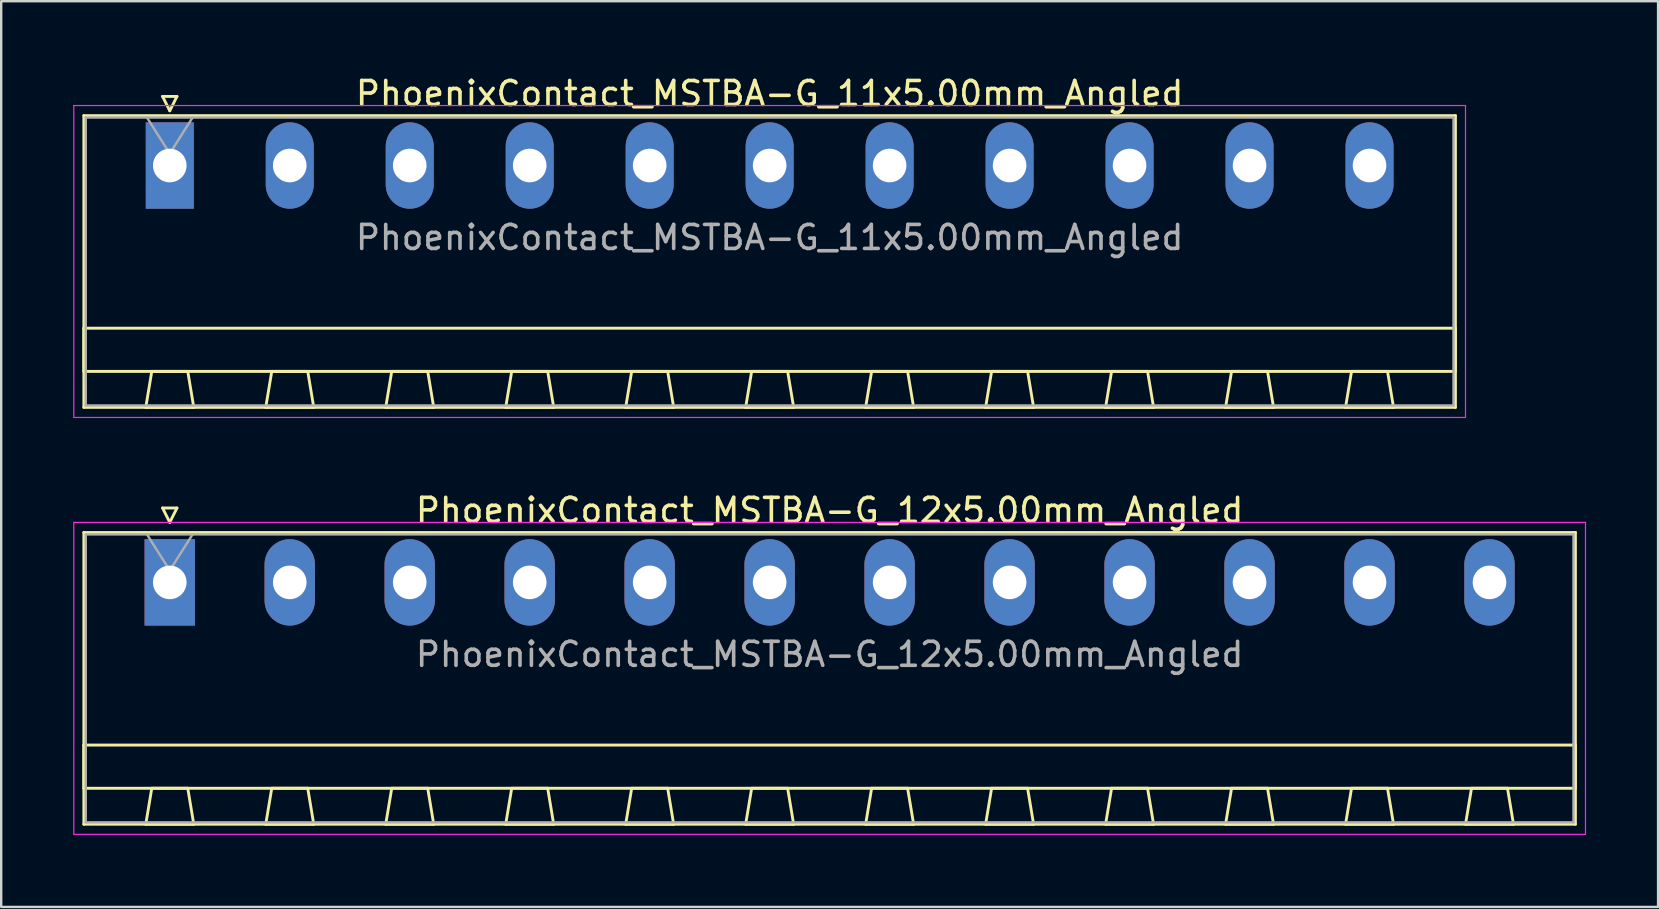
<source format=kicad_pcb>
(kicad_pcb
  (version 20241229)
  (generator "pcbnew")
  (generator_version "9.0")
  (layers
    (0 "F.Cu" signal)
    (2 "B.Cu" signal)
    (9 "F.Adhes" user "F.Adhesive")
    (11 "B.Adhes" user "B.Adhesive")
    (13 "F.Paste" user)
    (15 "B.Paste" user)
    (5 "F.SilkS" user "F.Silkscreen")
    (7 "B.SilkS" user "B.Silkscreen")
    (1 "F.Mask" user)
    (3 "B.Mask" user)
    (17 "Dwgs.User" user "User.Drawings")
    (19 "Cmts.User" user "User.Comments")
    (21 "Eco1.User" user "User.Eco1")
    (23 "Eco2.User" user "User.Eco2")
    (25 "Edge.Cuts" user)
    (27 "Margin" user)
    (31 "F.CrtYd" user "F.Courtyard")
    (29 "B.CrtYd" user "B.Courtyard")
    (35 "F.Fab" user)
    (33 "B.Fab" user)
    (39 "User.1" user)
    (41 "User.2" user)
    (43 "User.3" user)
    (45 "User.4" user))
  (footprint "PhoenixContact_MSTBA-G_11x5.00mm_Angled"
    (layer "F.Cu")
    (at 4.025 3.848)
    (property "Reference" "PhoenixContact_MSTBA-G_11x5.00mm_Angled" (at 25 -3 0) (layer "F.SilkS") (effects (font (size 1 1) (thickness 0.15))))
    (attr through_hole)
    (fp_line (start -3.58 -2.08) (end -3.58 10.08) (stroke (width 0.12) (type solid)) (layer "F.SilkS"))
    (fp_line (start -3.58 6.78) (end 53.58 6.78) (stroke (width 0.12) (type solid)) (layer "F.SilkS"))
    (fp_line (start -3.58 8.58) (end -3.58 6.78) (stroke (width 0.12) (type solid)) (layer "F.SilkS"))
    (fp_line (start -3.58 10.08) (end 53.58 10.08) (stroke (width 0.12) (type solid)) (layer "F.SilkS"))
    (fp_line (start -1 10.08) (end 1 10.08) (stroke (width 0.12) (type solid)) (layer "F.SilkS"))
    (fp_line (start -0.75 8.58) (end -1 10.08) (stroke (width 0.12) (type solid)) (layer "F.SilkS"))
    (fp_line (start -0.3 -2.88) (end 0.3 -2.88) (stroke (width 0.12) (type solid)) (layer "F.SilkS"))
    (fp_line (start 0 -2.28) (end -0.3 -2.88) (stroke (width 0.12) (type solid)) (layer "F.SilkS"))
    (fp_line (start 0.3 -2.88) (end 0 -2.28) (stroke (width 0.12) (type solid)) (layer "F.SilkS"))
    (fp_line (start 0.75 8.58) (end -0.75 8.58) (stroke (width 0.12) (type solid)) (layer "F.SilkS"))
    (fp_line (start 1 10.08) (end 0.75 8.58) (stroke (width 0.12) (type solid)) (layer "F.SilkS"))
    (fp_line (start 4 10.08) (end 6 10.08) (stroke (width 0.12) (type solid)) (layer "F.SilkS"))
    (fp_line (start 4.25 8.58) (end 4 10.08) (stroke (width 0.12) (type solid)) (layer "F.SilkS"))
    (fp_line (start 5.75 8.58) (end 4.25 8.58) (stroke (width 0.12) (type solid)) (layer "F.SilkS"))
    (fp_line (start 6 10.08) (end 5.75 8.58) (stroke (width 0.12) (type solid)) (layer "F.SilkS"))
    (fp_line (start 9 10.08) (end 11 10.08) (stroke (width 0.12) (type solid)) (layer "F.SilkS"))
    (fp_line (start 9.25 8.58) (end 9 10.08) (stroke (width 0.12) (type solid)) (layer "F.SilkS"))
    (fp_line (start 10.75 8.58) (end 9.25 8.58) (stroke (width 0.12) (type solid)) (layer "F.SilkS"))
    (fp_line (start 11 10.08) (end 10.75 8.58) (stroke (width 0.12) (type solid)) (layer "F.SilkS"))
    (fp_line (start 14 10.08) (end 16 10.08) (stroke (width 0.12) (type solid)) (layer "F.SilkS"))
    (fp_line (start 14.25 8.58) (end 14 10.08) (stroke (width 0.12) (type solid)) (layer "F.SilkS"))
    (fp_line (start 15.75 8.58) (end 14.25 8.58) (stroke (width 0.12) (type solid)) (layer "F.SilkS"))
    (fp_line (start 16 10.08) (end 15.75 8.58) (stroke (width 0.12) (type solid)) (layer "F.SilkS"))
    (fp_line (start 19 10.08) (end 21 10.08) (stroke (width 0.12) (type solid)) (layer "F.SilkS"))
    (fp_line (start 19.25 8.58) (end 19 10.08) (stroke (width 0.12) (type solid)) (layer "F.SilkS"))
    (fp_line (start 20.75 8.58) (end 19.25 8.58) (stroke (width 0.12) (type solid)) (layer "F.SilkS"))
    (fp_line (start 21 10.08) (end 20.75 8.58) (stroke (width 0.12) (type solid)) (layer "F.SilkS"))
    (fp_line (start 24 10.08) (end 26 10.08) (stroke (width 0.12) (type solid)) (layer "F.SilkS"))
    (fp_line (start 24.25 8.58) (end 24 10.08) (stroke (width 0.12) (type solid)) (layer "F.SilkS"))
    (fp_line (start 25.75 8.58) (end 24.25 8.58) (stroke (width 0.12) (type solid)) (layer "F.SilkS"))
    (fp_line (start 26 10.08) (end 25.75 8.58) (stroke (width 0.12) (type solid)) (layer "F.SilkS"))
    (fp_line (start 29 10.08) (end 31 10.08) (stroke (width 0.12) (type solid)) (layer "F.SilkS"))
    (fp_line (start 29.25 8.58) (end 29 10.08) (stroke (width 0.12) (type solid)) (layer "F.SilkS"))
    (fp_line (start 30.75 8.58) (end 29.25 8.58) (stroke (width 0.12) (type solid)) (layer "F.SilkS"))
    (fp_line (start 31 10.08) (end 30.75 8.58) (stroke (width 0.12) (type solid)) (layer "F.SilkS"))
    (fp_line (start 34 10.08) (end 36 10.08) (stroke (width 0.12) (type solid)) (layer "F.SilkS"))
    (fp_line (start 34.25 8.58) (end 34 10.08) (stroke (width 0.12) (type solid)) (layer "F.SilkS"))
    (fp_line (start 35.75 8.58) (end 34.25 8.58) (stroke (width 0.12) (type solid)) (layer "F.SilkS"))
    (fp_line (start 36 10.08) (end 35.75 8.58) (stroke (width 0.12) (type solid)) (layer "F.SilkS"))
    (fp_line (start 39 10.08) (end 41 10.08) (stroke (width 0.12) (type solid)) (layer "F.SilkS"))
    (fp_line (start 39.25 8.58) (end 39 10.08) (stroke (width 0.12) (type solid)) (layer "F.SilkS"))
    (fp_line (start 40.75 8.58) (end 39.25 8.58) (stroke (width 0.12) (type solid)) (layer "F.SilkS"))
    (fp_line (start 41 10.08) (end 40.75 8.58) (stroke (width 0.12) (type solid)) (layer "F.SilkS"))
    (fp_line (start 44 10.08) (end 46 10.08) (stroke (width 0.12) (type solid)) (layer "F.SilkS"))
    (fp_line (start 44.25 8.58) (end 44 10.08) (stroke (width 0.12) (type solid)) (layer "F.SilkS"))
    (fp_line (start 45.75 8.58) (end 44.25 8.58) (stroke (width 0.12) (type solid)) (layer "F.SilkS"))
    (fp_line (start 46 10.08) (end 45.75 8.58) (stroke (width 0.12) (type solid)) (layer "F.SilkS"))
    (fp_line (start 49 10.08) (end 51 10.08) (stroke (width 0.12) (type solid)) (layer "F.SilkS"))
    (fp_line (start 49.25 8.58) (end 49 10.08) (stroke (width 0.12) (type solid)) (layer "F.SilkS"))
    (fp_line (start 50.75 8.58) (end 49.25 8.58) (stroke (width 0.12) (type solid)) (layer "F.SilkS"))
    (fp_line (start 51 10.08) (end 50.75 8.58) (stroke (width 0.12) (type solid)) (layer "F.SilkS"))
    (fp_line (start 53.58 -2.08) (end -3.58 -2.08) (stroke (width 0.12) (type solid)) (layer "F.SilkS"))
    (fp_line (start 53.58 6.78) (end 53.58 8.58) (stroke (width 0.12) (type solid)) (layer "F.SilkS"))
    (fp_line (start 53.58 8.58) (end -3.58 8.58) (stroke (width 0.12) (type solid)) (layer "F.SilkS"))
    (fp_line (start 53.58 10.08) (end 53.58 -2.08) (stroke (width 0.12) (type solid)) (layer "F.SilkS"))
    (fp_line (start -4 -2.5) (end -4 10.5) (stroke (width 0.05) (type solid)) (layer "F.CrtYd"))
    (fp_line (start -4 10.5) (end 54 10.5) (stroke (width 0.05) (type solid)) (layer "F.CrtYd"))
    (fp_line (start 54 -2.5) (end -4 -2.5) (stroke (width 0.05) (type solid)) (layer "F.CrtYd"))
    (fp_line (start 54 10.5) (end 54 -2.5) (stroke (width 0.05) (type solid)) (layer "F.CrtYd"))
    (fp_line (start -3.5 -2) (end -3.5 10) (stroke (width 0.1) (type solid)) (layer "F.Fab"))
    (fp_line (start -3.5 10) (end 53.5 10) (stroke (width 0.1) (type solid)) (layer "F.Fab"))
    (fp_line (start 0 -0.5) (end -0.95 -2) (stroke (width 0.1) (type solid)) (layer "F.Fab"))
    (fp_line (start 0.95 -2) (end 0 -0.5) (stroke (width 0.1) (type solid)) (layer "F.Fab"))
    (fp_line (start 53.5 -2) (end -3.5 -2) (stroke (width 0.1) (type solid)) (layer "F.Fab"))
    (fp_line (start 53.5 10) (end 53.5 -2) (stroke (width 0.1) (type solid)) (layer "F.Fab"))
    (fp_text user "${REFERENCE}" (at 25 3 0) (layer "F.Fab") (effects (font (size 1 1) (thickness 0.15))))
    (pad "1" thru_hole rect (at 0 0) (size 2 3.6) (drill 1.4) (layers "*.Cu" "*.Mask"))
    (pad "2" thru_hole oval (at 5 0) (size 2 3.6) (drill 1.4) (layers "*.Cu" "*.Mask"))
    (pad "3" thru_hole oval (at 10 0) (size 2 3.6) (drill 1.4) (layers "*.Cu" "*.Mask"))
    (pad "4" thru_hole oval (at 15 0) (size 2 3.6) (drill 1.4) (layers "*.Cu" "*.Mask"))
    (pad "5" thru_hole oval (at 20 0) (size 2 3.6) (drill 1.4) (layers "*.Cu" "*.Mask"))
    (pad "6" thru_hole oval (at 25 0) (size 2 3.6) (drill 1.4) (layers "*.Cu" "*.Mask"))
    (pad "7" thru_hole oval (at 30 0) (size 2 3.6) (drill 1.4) (layers "*.Cu" "*.Mask"))
    (pad "8" thru_hole oval (at 35 0) (size 2 3.6) (drill 1.4) (layers "*.Cu" "*.Mask"))
    (pad "9" thru_hole oval (at 40 0) (size 2 3.6) (drill 1.4) (layers "*.Cu" "*.Mask"))
    (pad "10" thru_hole oval (at 45 0) (size 2 3.6) (drill 1.4) (layers "*.Cu" "*.Mask"))
    (pad "11" thru_hole oval (at 50 0) (size 2 3.6) (drill 1.4) (layers "*.Cu" "*.Mask")))
  (footprint "PhoenixContact_MSTBA-G_12x5.00mm_Angled"
    (layer "F.Cu")
    (at 4.025 21.221)
    (property "Reference" "PhoenixContact_MSTBA-G_12x5.00mm_Angled" (at 27.5 -3 0) (layer "F.SilkS") (effects (font (size 1 1) (thickness 0.15))))
    (attr through_hole)
    (fp_line (start -3.58 -2.08) (end -3.58 10.08) (stroke (width 0.12) (type solid)) (layer "F.SilkS"))
    (fp_line (start -3.58 6.78) (end 58.58 6.78) (stroke (width 0.12) (type solid)) (layer "F.SilkS"))
    (fp_line (start -3.58 8.58) (end -3.58 6.78) (stroke (width 0.12) (type solid)) (layer "F.SilkS"))
    (fp_line (start -3.58 10.08) (end 58.58 10.08) (stroke (width 0.12) (type solid)) (layer "F.SilkS"))
    (fp_line (start -1 10.08) (end 1 10.08) (stroke (width 0.12) (type solid)) (layer "F.SilkS"))
    (fp_line (start -0.75 8.58) (end -1 10.08) (stroke (width 0.12) (type solid)) (layer "F.SilkS"))
    (fp_line (start -0.3 -3.1) (end 0.3 -3.1) (stroke (width 0.12) (type solid)) (layer "F.SilkS"))
    (fp_line (start 0 -2.5) (end -0.3 -3.1) (stroke (width 0.12) (type solid)) (layer "F.SilkS"))
    (fp_line (start 0.3 -3.1) (end 0 -2.5) (stroke (width 0.12) (type solid)) (layer "F.SilkS"))
    (fp_line (start 0.75 8.58) (end -0.75 8.58) (stroke (width 0.12) (type solid)) (layer "F.SilkS"))
    (fp_line (start 1 10.08) (end 0.75 8.58) (stroke (width 0.12) (type solid)) (layer "F.SilkS"))
    (fp_line (start 4 10.08) (end 6 10.08) (stroke (width 0.12) (type solid)) (layer "F.SilkS"))
    (fp_line (start 4.25 8.58) (end 4 10.08) (stroke (width 0.12) (type solid)) (layer "F.SilkS"))
    (fp_line (start 5.75 8.58) (end 4.25 8.58) (stroke (width 0.12) (type solid)) (layer "F.SilkS"))
    (fp_line (start 6 10.08) (end 5.75 8.58) (stroke (width 0.12) (type solid)) (layer "F.SilkS"))
    (fp_line (start 9 10.08) (end 11 10.08) (stroke (width 0.12) (type solid)) (layer "F.SilkS"))
    (fp_line (start 9.25 8.58) (end 9 10.08) (stroke (width 0.12) (type solid)) (layer "F.SilkS"))
    (fp_line (start 10.75 8.58) (end 9.25 8.58) (stroke (width 0.12) (type solid)) (layer "F.SilkS"))
    (fp_line (start 11 10.08) (end 10.75 8.58) (stroke (width 0.12) (type solid)) (layer "F.SilkS"))
    (fp_line (start 14 10.08) (end 16 10.08) (stroke (width 0.12) (type solid)) (layer "F.SilkS"))
    (fp_line (start 14.25 8.58) (end 14 10.08) (stroke (width 0.12) (type solid)) (layer "F.SilkS"))
    (fp_line (start 15.75 8.58) (end 14.25 8.58) (stroke (width 0.12) (type solid)) (layer "F.SilkS"))
    (fp_line (start 16 10.08) (end 15.75 8.58) (stroke (width 0.12) (type solid)) (layer "F.SilkS"))
    (fp_line (start 19 10.08) (end 21 10.08) (stroke (width 0.12) (type solid)) (layer "F.SilkS"))
    (fp_line (start 19.25 8.58) (end 19 10.08) (stroke (width 0.12) (type solid)) (layer "F.SilkS"))
    (fp_line (start 20.75 8.58) (end 19.25 8.58) (stroke (width 0.12) (type solid)) (layer "F.SilkS"))
    (fp_line (start 21 10.08) (end 20.75 8.58) (stroke (width 0.12) (type solid)) (layer "F.SilkS"))
    (fp_line (start 24 10.08) (end 26 10.08) (stroke (width 0.12) (type solid)) (layer "F.SilkS"))
    (fp_line (start 24.25 8.58) (end 24 10.08) (stroke (width 0.12) (type solid)) (layer "F.SilkS"))
    (fp_line (start 25.75 8.58) (end 24.25 8.58) (stroke (width 0.12) (type solid)) (layer "F.SilkS"))
    (fp_line (start 26 10.08) (end 25.75 8.58) (stroke (width 0.12) (type solid)) (layer "F.SilkS"))
    (fp_line (start 29 10.08) (end 31 10.08) (stroke (width 0.12) (type solid)) (layer "F.SilkS"))
    (fp_line (start 29.25 8.58) (end 29 10.08) (stroke (width 0.12) (type solid)) (layer "F.SilkS"))
    (fp_line (start 30.75 8.58) (end 29.25 8.58) (stroke (width 0.12) (type solid)) (layer "F.SilkS"))
    (fp_line (start 31 10.08) (end 30.75 8.58) (stroke (width 0.12) (type solid)) (layer "F.SilkS"))
    (fp_line (start 34 10.08) (end 36 10.08) (stroke (width 0.12) (type solid)) (layer "F.SilkS"))
    (fp_line (start 34.25 8.58) (end 34 10.08) (stroke (width 0.12) (type solid)) (layer "F.SilkS"))
    (fp_line (start 35.75 8.58) (end 34.25 8.58) (stroke (width 0.12) (type solid)) (layer "F.SilkS"))
    (fp_line (start 36 10.08) (end 35.75 8.58) (stroke (width 0.12) (type solid)) (layer "F.SilkS"))
    (fp_line (start 39 10.08) (end 41 10.08) (stroke (width 0.12) (type solid)) (layer "F.SilkS"))
    (fp_line (start 39.25 8.58) (end 39 10.08) (stroke (width 0.12) (type solid)) (layer "F.SilkS"))
    (fp_line (start 40.75 8.58) (end 39.25 8.58) (stroke (width 0.12) (type solid)) (layer "F.SilkS"))
    (fp_line (start 41 10.08) (end 40.75 8.58) (stroke (width 0.12) (type solid)) (layer "F.SilkS"))
    (fp_line (start 44 10.08) (end 46 10.08) (stroke (width 0.12) (type solid)) (layer "F.SilkS"))
    (fp_line (start 44.25 8.58) (end 44 10.08) (stroke (width 0.12) (type solid)) (layer "F.SilkS"))
    (fp_line (start 45.75 8.58) (end 44.25 8.58) (stroke (width 0.12) (type solid)) (layer "F.SilkS"))
    (fp_line (start 46 10.08) (end 45.75 8.58) (stroke (width 0.12) (type solid)) (layer "F.SilkS"))
    (fp_line (start 49 10.08) (end 51 10.08) (stroke (width 0.12) (type solid)) (layer "F.SilkS"))
    (fp_line (start 49.25 8.58) (end 49 10.08) (stroke (width 0.12) (type solid)) (layer "F.SilkS"))
    (fp_line (start 50.75 8.58) (end 49.25 8.58) (stroke (width 0.12) (type solid)) (layer "F.SilkS"))
    (fp_line (start 51 10.08) (end 50.75 8.58) (stroke (width 0.12) (type solid)) (layer "F.SilkS"))
    (fp_line (start 54 10.08) (end 56 10.08) (stroke (width 0.12) (type solid)) (layer "F.SilkS"))
    (fp_line (start 54.25 8.58) (end 54 10.08) (stroke (width 0.12) (type solid)) (layer "F.SilkS"))
    (fp_line (start 55.75 8.58) (end 54.25 8.58) (stroke (width 0.12) (type solid)) (layer "F.SilkS"))
    (fp_line (start 56 10.08) (end 55.75 8.58) (stroke (width 0.12) (type solid)) (layer "F.SilkS"))
    (fp_line (start 58.58 -2.08) (end -3.58 -2.08) (stroke (width 0.12) (type solid)) (layer "F.SilkS"))
    (fp_line (start 58.58 6.78) (end 58.58 8.58) (stroke (width 0.12) (type solid)) (layer "F.SilkS"))
    (fp_line (start 58.58 8.58) (end -3.58 8.58) (stroke (width 0.12) (type solid)) (layer "F.SilkS"))
    (fp_line (start 58.58 10.08) (end 58.58 -2.08) (stroke (width 0.12) (type solid)) (layer "F.SilkS"))
    (fp_line (start -4 -2.5) (end -4 10.5) (stroke (width 0.05) (type solid)) (layer "F.CrtYd"))
    (fp_line (start -4 10.5) (end 59 10.5) (stroke (width 0.05) (type solid)) (layer "F.CrtYd"))
    (fp_line (start 59 -2.5) (end -4 -2.5) (stroke (width 0.05) (type solid)) (layer "F.CrtYd"))
    (fp_line (start 59 10.5) (end 59 -2.5) (stroke (width 0.05) (type solid)) (layer "F.CrtYd"))
    (fp_line (start -3.5 -2) (end -3.5 10) (stroke (width 0.1) (type solid)) (layer "F.Fab"))
    (fp_line (start -3.5 10) (end 58.5 10) (stroke (width 0.1) (type solid)) (layer "F.Fab"))
    (fp_line (start 0 -0.5) (end -0.95 -2) (stroke (width 0.1) (type solid)) (layer "F.Fab"))
    (fp_line (start 0.95 -2) (end 0 -0.5) (stroke (width 0.1) (type solid)) (layer "F.Fab"))
    (fp_line (start 58.5 -2) (end -3.5 -2) (stroke (width 0.1) (type solid)) (layer "F.Fab"))
    (fp_line (start 58.5 10) (end 58.5 -2) (stroke (width 0.1) (type solid)) (layer "F.Fab"))
    (fp_text user "${REFERENCE}" (at 27.5 3 0) (layer "F.Fab") (effects (font (size 1 1) (thickness 0.15))))
    (pad "1" thru_hole rect (at 0 0) (size 2.1 3.6) (drill 1.4) (layers "*.Cu" "*.Mask"))
    (pad "2" thru_hole oval (at 5 0) (size 2.1 3.6) (drill 1.4) (layers "*.Cu" "*.Mask"))
    (pad "3" thru_hole oval (at 10 0) (size 2.1 3.6) (drill 1.4) (layers "*.Cu" "*.Mask"))
    (pad "4" thru_hole oval (at 15 0) (size 2.1 3.6) (drill 1.4) (layers "*.Cu" "*.Mask"))
    (pad "5" thru_hole oval (at 20 0) (size 2.1 3.6) (drill 1.4) (layers "*.Cu" "*.Mask"))
    (pad "6" thru_hole oval (at 25 0) (size 2.1 3.6) (drill 1.4) (layers "*.Cu" "*.Mask"))
    (pad "7" thru_hole oval (at 30 0) (size 2.1 3.6) (drill 1.4) (layers "*.Cu" "*.Mask"))
    (pad "8" thru_hole oval (at 35 0) (size 2.1 3.6) (drill 1.4) (layers "*.Cu" "*.Mask"))
    (pad "9" thru_hole oval (at 40 0) (size 2.1 3.6) (drill 1.4) (layers "*.Cu" "*.Mask"))
    (pad "10" thru_hole oval (at 45 0) (size 2.1 3.6) (drill 1.4) (layers "*.Cu" "*.Mask"))
    (pad "11" thru_hole oval (at 50 0) (size 2.1 3.6) (drill 1.4) (layers "*.Cu" "*.Mask"))
    (pad "12" thru_hole oval (at 55 0) (size 2.1 3.6) (drill 1.4) (layers "*.Cu" "*.Mask")))
  (gr_rect
    (start -3 -3)
    (end 66.05 34.746)
    (stroke (width 0.1) (type default))
    (fill no)
    (layer "Edge.Cuts")))
</source>
